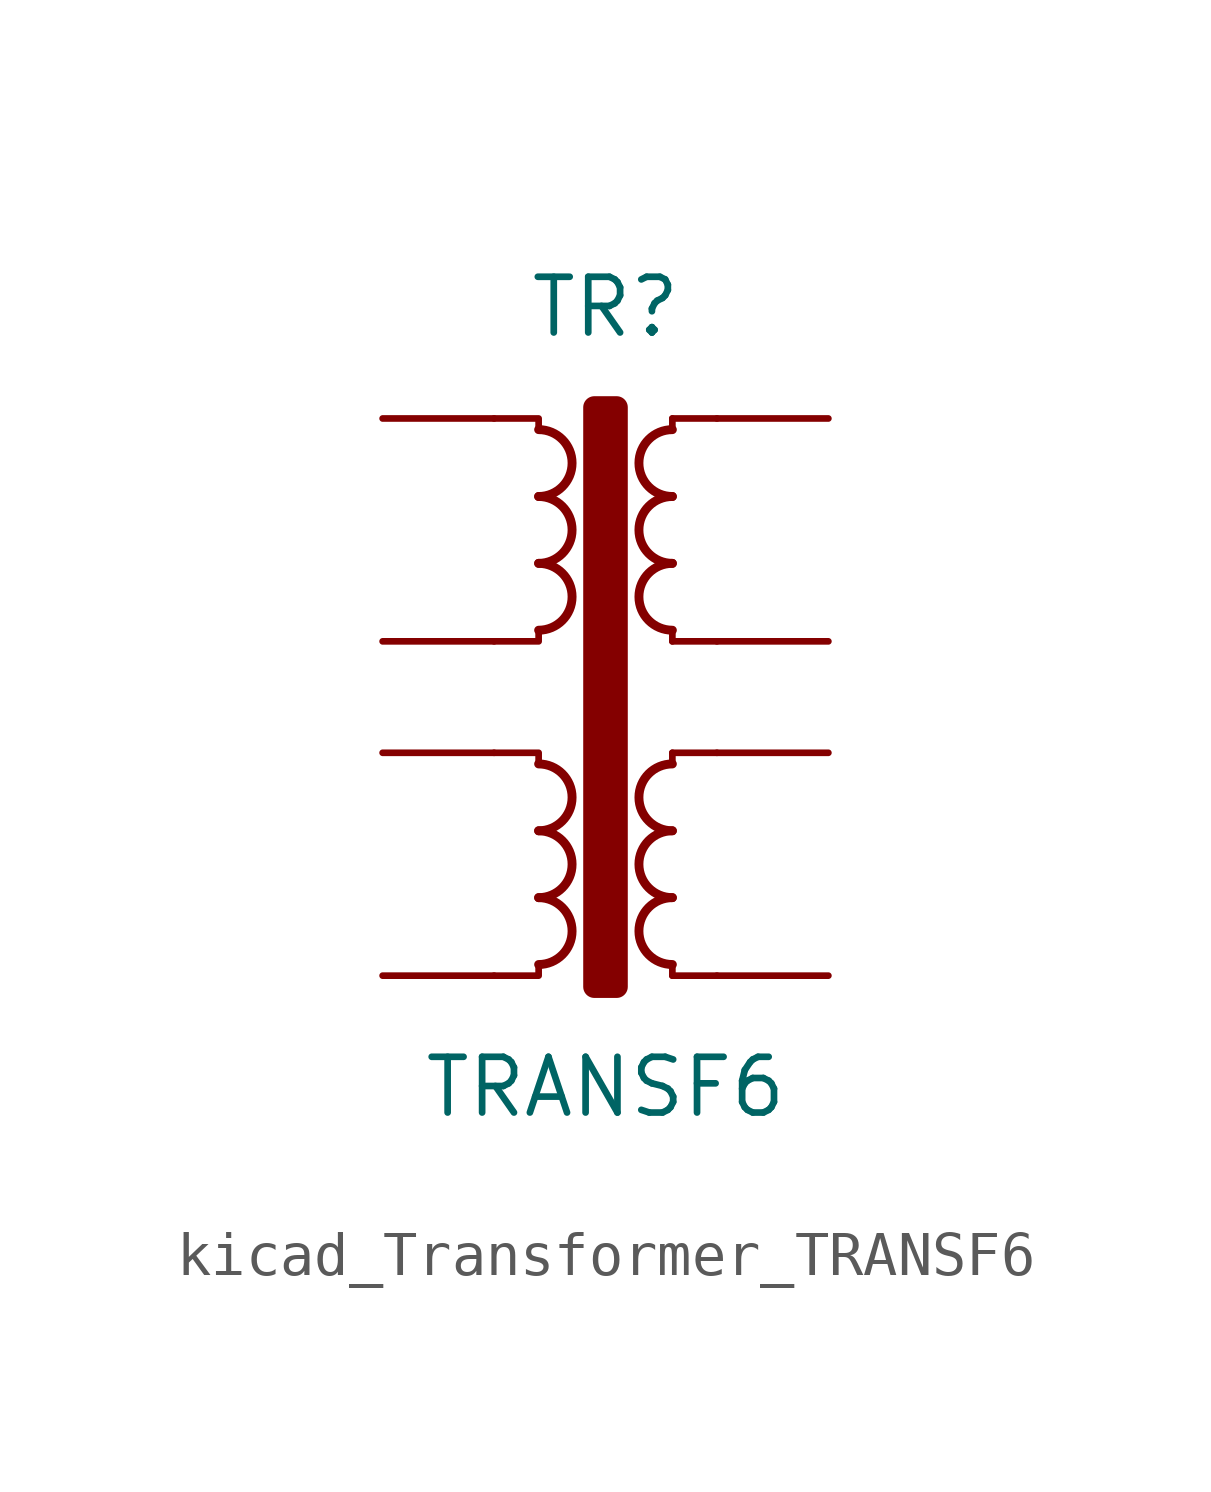
<source format=kicad_sym>
(kicad_symbol_lib
  (version 20220914)
  (generator kicad_symbol_editor)
  (symbol "kicad_Transformer_TRANSF6"
    (pin_numbers hide)
    (pin_names
      (offset 0))
    (property "Reference" "TR"
      (at 0 10.16 0)
      (effects (font (size 1.27 1.27))))
    (property "Value" "TRANSF6"
      (at 0 -7.62 0)
      (effects (font (size 1.27 1.27))))
    (symbol "kicad_Transformer_TRANSF6_0_1"
      (arc (start -1.524 -4.826) (mid -0.7653 -4.064) (end -1.524 -3.302) (stroke (width 0.2032) (type default)) (fill (type none)))
      (arc (start -1.524 -3.302) (mid -0.7653 -2.54) (end -1.524 -1.778) (stroke (width 0.2032) (type default)) (fill (type none)))
      (arc (start -1.524 -1.778) (mid -0.7653 -1.016) (end -1.524 -0.254) (stroke (width 0.2032) (type default)) (fill (type none)))
      (arc (start -1.524 2.794) (mid -0.7653 3.556) (end -1.524 4.318) (stroke (width 0.2032) (type default)) (fill (type none)))
      (arc (start -1.524 4.318) (mid -0.7653 5.08) (end -1.524 5.842) (stroke (width 0.2032) (type default)) (fill (type none)))
      (arc (start -1.524 5.842) (mid -0.7653 6.604) (end -1.524 7.366) (stroke (width 0.2032) (type default)) (fill (type none)))
      (rectangle (start -0.254 7.874) (end 0.254 -5.334) (stroke (width 0.508) (type default)) (fill (type outline)))
      (polyline (pts (xy 1.524 -4.826) (xy 1.524 -5.08) (xy 1.524 -5.08)) (stroke (width 0) (type default)) (fill (type outline)))
      (polyline (pts (xy 1.524 0) (xy 1.524 -0.254) (xy 1.524 -0.254)) (stroke (width 0) (type default)) (fill (type outline)))
      (polyline (pts (xy 1.524 0) (xy 2.54 0) (xy 2.54 0)) (stroke (width 0) (type default)) (fill (type none)))
      (polyline (pts (xy 1.524 2.54) (xy 1.524 2.794) (xy 1.524 2.794)) (stroke (width 0) (type default)) (fill (type outline)))
      (polyline (pts (xy 1.524 2.54) (xy 2.54 2.54) (xy 2.54 2.54)) (stroke (width 0) (type default)) (fill (type none)))
      (polyline (pts (xy 1.524 7.62) (xy 1.524 7.366) (xy 1.524 7.366)) (stroke (width 0) (type default)) (fill (type outline)))
      (polyline (pts (xy 1.524 7.62) (xy 2.54 7.62) (xy 2.54 7.62)) (stroke (width 0) (type default)) (fill (type none)))
      (polyline (pts (xy 2.54 -5.08) (xy 1.524 -5.08) (xy 1.524 -5.08)) (stroke (width 0) (type default)) (fill (type none)))
      (polyline (pts (xy -1.524 -4.826) (xy -1.524 -5.08) (xy -2.54 -5.08) (xy -2.54 -5.08)) (stroke (width 0) (type default)) (fill (type none)))
      (polyline (pts (xy -1.524 -0.254) (xy -1.524 0) (xy -2.54 0) (xy -2.54 0)) (stroke (width 0) (type default)) (fill (type none)))
      (polyline (pts (xy -1.524 2.794) (xy -1.524 2.54) (xy -2.54 2.54) (xy -2.54 2.54)) (stroke (width 0) (type default)) (fill (type none)))
      (polyline (pts (xy -1.524 7.366) (xy -1.524 7.62) (xy -2.54 7.62) (xy -2.54 7.62)) (stroke (width 0) (type default)) (fill (type none)))
      (arc (start 1.524 -3.302) (mid 0.7653 -4.064) (end 1.524 -4.826) (stroke (width 0.2032) (type default)) (fill (type none)))
      (arc (start 1.524 -1.778) (mid 0.7653 -2.54) (end 1.524 -3.302) (stroke (width 0.2032) (type default)) (fill (type none)))
      (arc (start 1.524 -0.254) (mid 0.7653 -1.016) (end 1.524 -1.778) (stroke (width 0.2032) (type default)) (fill (type none)))
      (arc (start 1.524 4.318) (mid 0.7653 3.556) (end 1.524 2.794) (stroke (width 0.2032) (type default)) (fill (type none)))
      (arc (start 1.524 5.842) (mid 0.7653 5.08) (end 1.524 4.318) (stroke (width 0.2032) (type default)) (fill (type none)))
      (arc (start 1.524 7.366) (mid 0.7653 6.604) (end 1.524 5.842) (stroke (width 0.2032) (type default)) (fill (type none))))
    (symbol "kicad_Transformer_TRANSF6_1_1"
      (pin passive line (at -5.08 7.62 0) (length 2.54) (name "~" (effects (font (size 1.27 1.27)))) (number "1" (effects (font (size 1.27 1.27)))))
      (pin passive line (at -5.08 2.54 0) (length 2.54) (name "~" (effects (font (size 1.27 1.27)))) (number "2" (effects (font (size 1.27 1.27)))))
      (pin passive line (at -5.08 0 0) (length 2.54) (name "~" (effects (font (size 1.27 1.27)))) (number "3" (effects (font (size 1.27 1.27)))))
      (pin passive line (at -5.08 -5.08 0) (length 2.54) (name "~" (effects (font (size 1.27 1.27)))) (number "4" (effects (font (size 1.27 1.27)))))
      (pin passive line (at 5.08 -5.08 180) (length 2.54) (name "~" (effects (font (size 1.27 1.27)))) (number "5" (effects (font (size 1.27 1.27)))))
      (pin passive line (at 5.08 0 180) (length 2.54) (name "~" (effects (font (size 1.27 1.27)))) (number "6" (effects (font (size 1.27 1.27)))))
      (pin passive line (at 5.08 2.54 180) (length 2.54) (name "~" (effects (font (size 1.27 1.27)))) (number "7" (effects (font (size 1.27 1.27)))))
      (pin passive line (at 5.08 7.62 180) (length 2.54) (name "~" (effects (font (size 1.27 1.27)))) (number "8" (effects (font (size 1.27 1.27))))))))
</source>
